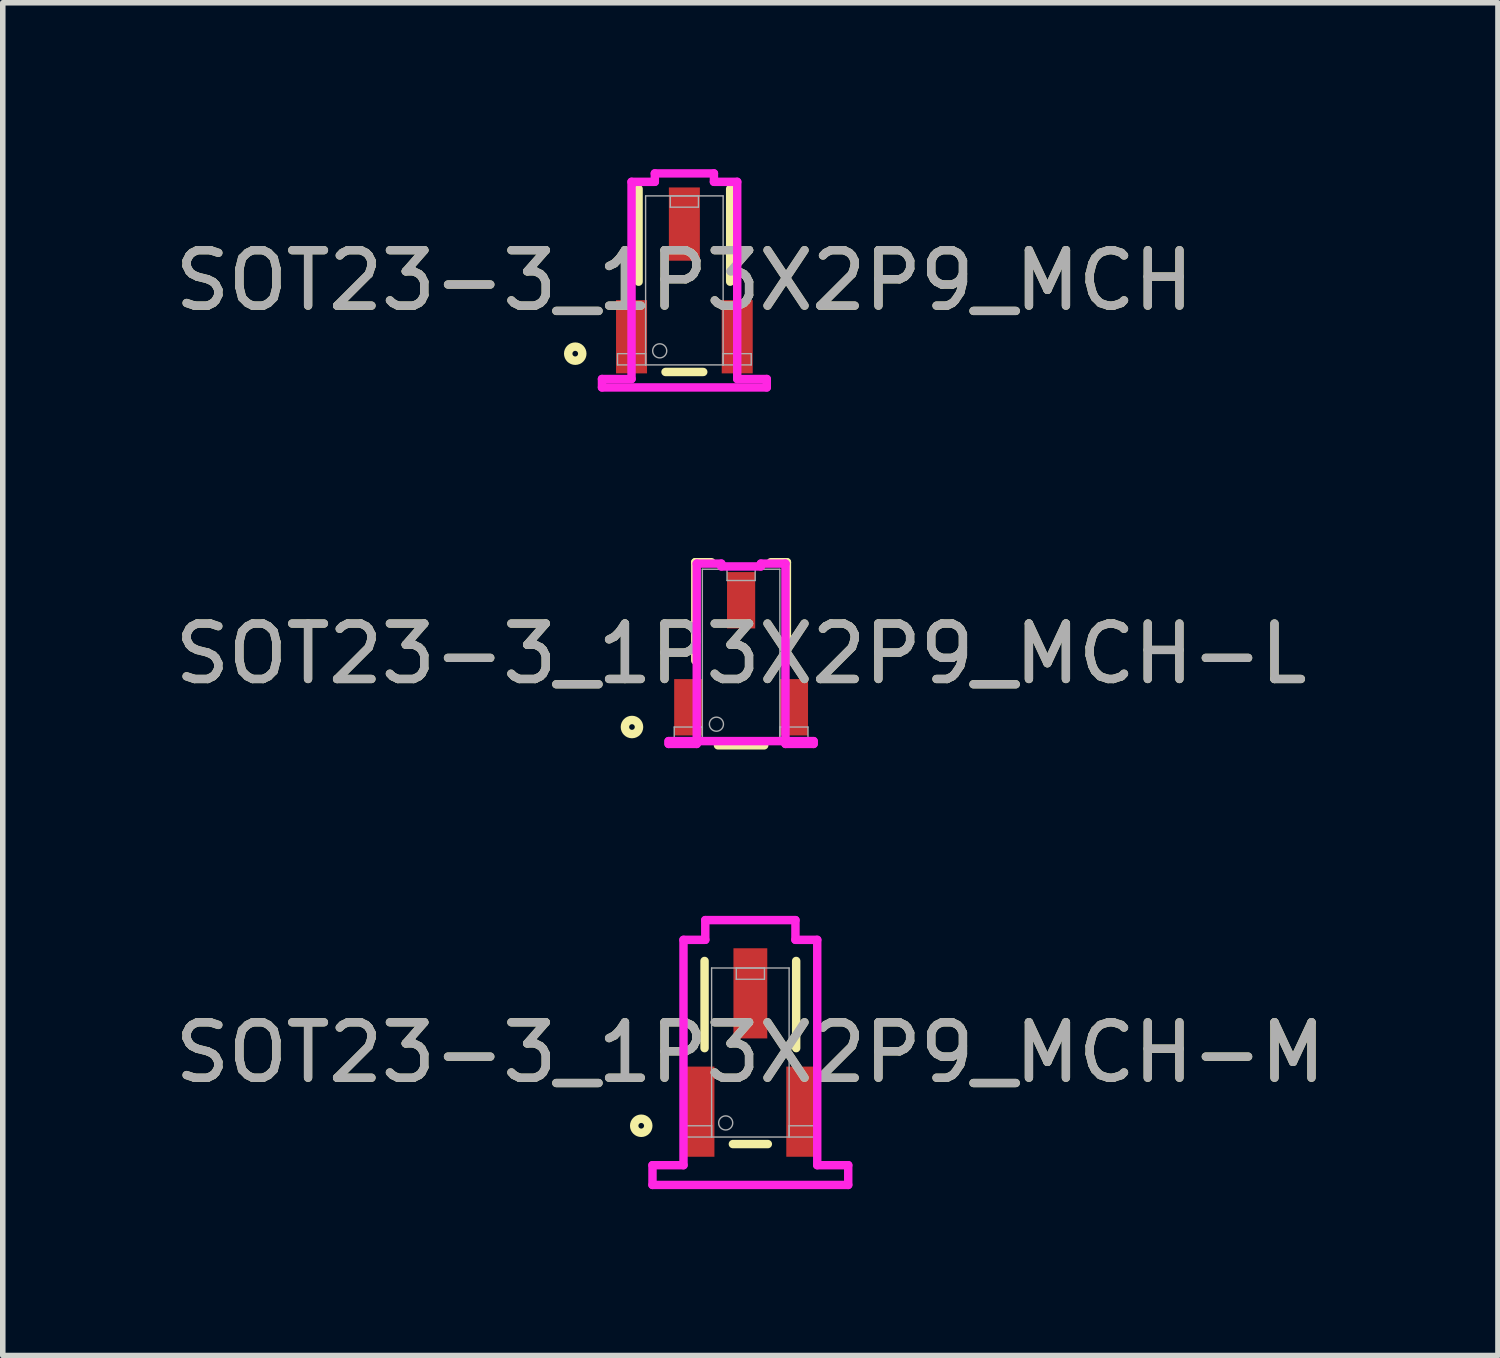
<source format=kicad_pcb>
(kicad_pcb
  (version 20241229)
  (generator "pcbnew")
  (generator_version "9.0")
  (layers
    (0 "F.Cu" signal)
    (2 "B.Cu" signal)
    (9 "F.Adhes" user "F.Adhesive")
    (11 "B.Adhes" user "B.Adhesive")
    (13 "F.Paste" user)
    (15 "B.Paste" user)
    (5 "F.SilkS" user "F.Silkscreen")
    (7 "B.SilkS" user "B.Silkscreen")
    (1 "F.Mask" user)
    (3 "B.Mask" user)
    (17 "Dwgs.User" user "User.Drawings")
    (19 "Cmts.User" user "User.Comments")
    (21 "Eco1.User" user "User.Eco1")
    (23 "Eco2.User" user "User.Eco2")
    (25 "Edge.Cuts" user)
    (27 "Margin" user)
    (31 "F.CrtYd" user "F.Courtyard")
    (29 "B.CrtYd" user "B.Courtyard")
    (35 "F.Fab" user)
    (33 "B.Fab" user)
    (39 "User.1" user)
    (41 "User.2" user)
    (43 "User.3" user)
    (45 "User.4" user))
  (footprint "SOT23-3_1P3X2P9_MCH-M"
    (layer "F.Cu")
    (at 10.482 15.931)
    (property "Reference" "SOT23-3_1P3X2P9_MCH-M" (at 0 0 0) (unlocked yes) (layer "F.SilkS") (effects (font (size 1 1) (thickness 0.15))))
    (attr smd)
    (fp_line (start -0.826 -1.651) (end -0.826 -0.079) (stroke (width 0.152) (type solid)) (layer "F.SilkS"))
    (fp_line (start -0.315 1.651) (end 0.315 1.651) (stroke (width 0.152) (type solid)) (layer "F.SilkS"))
    (fp_line (start 0.826 -0.079) (end 0.826 -1.651) (stroke (width 0.152) (type solid)) (layer "F.SilkS"))
    (fp_circle (center -1.968 1.321) (end -1.841 1.321) (stroke (width 0.152) (type solid)) (fill no) (layer "F.SilkS"))
    (fp_line (start -1.765 2.032) (end -1.765 2.388) (stroke (width 0.152) (type solid)) (layer "F.CrtYd"))
    (fp_line (start -1.765 2.388) (end 1.765 2.388) (stroke (width 0.152) (type solid)) (layer "F.CrtYd"))
    (fp_line (start -1.206 -2.032) (end -0.813 -2.032) (stroke (width 0.152) (type solid)) (layer "F.CrtYd"))
    (fp_line (start -1.206 2.032) (end -1.765 2.032) (stroke (width 0.152) (type solid)) (layer "F.CrtYd"))
    (fp_line (start -1.206 2.032) (end -1.206 -2.032) (stroke (width 0.152) (type solid)) (layer "F.CrtYd"))
    (fp_line (start -0.813 -2.388) (end 0.813 -2.388) (stroke (width 0.152) (type solid)) (layer "F.CrtYd"))
    (fp_line (start -0.813 -2.032) (end -0.813 -2.388) (stroke (width 0.152) (type solid)) (layer "F.CrtYd"))
    (fp_line (start 0.813 -2.032) (end 0.813 -2.388) (stroke (width 0.152) (type solid)) (layer "F.CrtYd"))
    (fp_line (start 1.206 -2.032) (end 0.813 -2.032) (stroke (width 0.152) (type solid)) (layer "F.CrtYd"))
    (fp_line (start 1.206 -2.032) (end 1.206 2.032) (stroke (width 0.152) (type solid)) (layer "F.CrtYd"))
    (fp_line (start 1.206 2.032) (end 1.765 2.032) (stroke (width 0.152) (type solid)) (layer "F.CrtYd"))
    (fp_line (start 1.765 2.032) (end 1.765 2.388) (stroke (width 0.152) (type solid)) (layer "F.CrtYd"))
    (fp_line (start -1.206 1.321) (end -0.699 1.321) (stroke (width 0.025) (type solid)) (layer "F.Fab"))
    (fp_line (start -1.206 1.524) (end -1.206 1.321) (stroke (width 0.025) (type solid)) (layer "F.Fab"))
    (fp_line (start -0.699 -1.524) (end -0.699 1.524) (stroke (width 0.025) (type solid)) (layer "F.Fab"))
    (fp_line (start -0.699 1.321) (end -0.699 1.524) (stroke (width 0.025) (type solid)) (layer "F.Fab"))
    (fp_line (start -0.699 1.524) (end -1.206 1.524) (stroke (width 0.025) (type solid)) (layer "F.Fab"))
    (fp_line (start -0.699 1.524) (end 0.699 1.524) (stroke (width 0.025) (type solid)) (layer "F.Fab"))
    (fp_line (start -0.254 -1.524) (end 0.254 -1.524) (stroke (width 0.025) (type solid)) (layer "F.Fab"))
    (fp_line (start -0.254 -1.321) (end -0.254 -1.524) (stroke (width 0.025) (type solid)) (layer "F.Fab"))
    (fp_line (start 0.254 -1.524) (end 0.254 -1.321) (stroke (width 0.025) (type solid)) (layer "F.Fab"))
    (fp_line (start 0.254 -1.321) (end -0.254 -1.321) (stroke (width 0.025) (type solid)) (layer "F.Fab"))
    (fp_line (start 0.699 -1.524) (end -0.699 -1.524) (stroke (width 0.025) (type solid)) (layer "F.Fab"))
    (fp_line (start 0.699 1.321) (end 1.206 1.321) (stroke (width 0.025) (type solid)) (layer "F.Fab"))
    (fp_line (start 0.699 1.524) (end 0.699 -1.524) (stroke (width 0.025) (type solid)) (layer "F.Fab"))
    (fp_line (start 0.699 1.524) (end 0.699 1.321) (stroke (width 0.025) (type solid)) (layer "F.Fab"))
    (fp_line (start 1.206 1.321) (end 1.206 1.524) (stroke (width 0.025) (type solid)) (layer "F.Fab"))
    (fp_line (start 1.206 1.524) (end 0.699 1.524) (stroke (width 0.025) (type solid)) (layer "F.Fab"))
    (fp_circle (center -0.445 1.27) (end -0.318 1.27) (stroke (width 0.025) (type solid)) (fill no) (layer "F.Fab"))
    (fp_text user "${REFERENCE}" (at 0 0 0) (unlocked yes) (layer "F.Fab") (effects (font (size 1 1) (thickness 0.15))))
    (pad "1" smd rect (at -0.953 1.067) (size 0.61 1.626) (layers "F.Cu" "F.Mask" "F.Paste"))
    (pad "2" smd rect (at 0.953 1.067) (size 0.61 1.626) (layers "F.Cu" "F.Mask" "F.Paste"))
    (pad "3" smd rect (at 0 -1.067) (size 0.61 1.626) (layers "F.Cu" "F.Mask" "F.Paste")))
  (footprint "SOT23-3_1P3X2P9_MCH-L"
    (layer "F.Cu")
    (at 10.315 8.74)
    (property "Reference" "SOT23-3_1P3X2P9_MCH-L" (at 0 0 0) (unlocked yes) (layer "F.SilkS") (effects (font (size 1 1) (thickness 0.15))))
    (attr smd)
    (fp_line (start -0.826 -1.651) (end -0.826 0.124) (stroke (width 0.152) (type solid)) (layer "F.SilkS"))
    (fp_line (start -0.535 -1.651) (end -0.826 -1.651) (stroke (width 0.152) (type solid)) (layer "F.SilkS"))
    (fp_line (start -0.417 1.651) (end 0.417 1.651) (stroke (width 0.152) (type solid)) (layer "F.SilkS"))
    (fp_line (start 0.826 -1.651) (end 0.535 -1.651) (stroke (width 0.152) (type solid)) (layer "F.SilkS"))
    (fp_line (start 0.826 0.124) (end 0.826 -1.651) (stroke (width 0.152) (type solid)) (layer "F.SilkS"))
    (fp_circle (center -1.968 1.321) (end -1.841 1.321) (stroke (width 0.152) (type solid)) (fill no) (layer "F.SilkS"))
    (fp_line (start -1.308 1.575) (end 1.308 1.575) (stroke (width 0.152) (type solid)) (layer "F.CrtYd"))
    (fp_line (start -1.308 1.626) (end -1.308 1.575) (stroke (width 0.152) (type solid)) (layer "F.CrtYd"))
    (fp_line (start -0.8 -1.626) (end -0.356 -1.626) (stroke (width 0.152) (type solid)) (layer "F.CrtYd"))
    (fp_line (start -0.8 1.626) (end -1.308 1.626) (stroke (width 0.152) (type solid)) (layer "F.CrtYd"))
    (fp_line (start -0.8 1.626) (end -0.8 -1.626) (stroke (width 0.152) (type solid)) (layer "F.CrtYd"))
    (fp_line (start -0.356 -1.626) (end -0.356 -1.575) (stroke (width 0.152) (type solid)) (layer "F.CrtYd"))
    (fp_line (start -0.356 -1.575) (end 0.356 -1.575) (stroke (width 0.152) (type solid)) (layer "F.CrtYd"))
    (fp_line (start 0.356 -1.626) (end 0.356 -1.575) (stroke (width 0.152) (type solid)) (layer "F.CrtYd"))
    (fp_line (start 0.8 -1.626) (end 0.356 -1.626) (stroke (width 0.152) (type solid)) (layer "F.CrtYd"))
    (fp_line (start 0.8 -1.626) (end 0.8 1.626) (stroke (width 0.152) (type solid)) (layer "F.CrtYd"))
    (fp_line (start 0.8 1.626) (end 1.308 1.626) (stroke (width 0.152) (type solid)) (layer "F.CrtYd"))
    (fp_line (start 1.308 1.626) (end 1.308 1.575) (stroke (width 0.152) (type solid)) (layer "F.CrtYd"))
    (fp_line (start -1.206 1.321) (end -0.699 1.321) (stroke (width 0.025) (type solid)) (layer "F.Fab"))
    (fp_line (start -1.206 1.524) (end -1.206 1.321) (stroke (width 0.025) (type solid)) (layer "F.Fab"))
    (fp_line (start -0.699 -1.524) (end -0.699 1.524) (stroke (width 0.025) (type solid)) (layer "F.Fab"))
    (fp_line (start -0.699 1.321) (end -0.699 1.524) (stroke (width 0.025) (type solid)) (layer "F.Fab"))
    (fp_line (start -0.699 1.524) (end -1.206 1.524) (stroke (width 0.025) (type solid)) (layer "F.Fab"))
    (fp_line (start -0.699 1.524) (end 0.699 1.524) (stroke (width 0.025) (type solid)) (layer "F.Fab"))
    (fp_line (start -0.254 -1.524) (end 0.254 -1.524) (stroke (width 0.025) (type solid)) (layer "F.Fab"))
    (fp_line (start -0.254 -1.321) (end -0.254 -1.524) (stroke (width 0.025) (type solid)) (layer "F.Fab"))
    (fp_line (start 0.254 -1.524) (end 0.254 -1.321) (stroke (width 0.025) (type solid)) (layer "F.Fab"))
    (fp_line (start 0.254 -1.321) (end -0.254 -1.321) (stroke (width 0.025) (type solid)) (layer "F.Fab"))
    (fp_line (start 0.699 -1.524) (end -0.699 -1.524) (stroke (width 0.025) (type solid)) (layer "F.Fab"))
    (fp_line (start 0.699 1.321) (end 1.206 1.321) (stroke (width 0.025) (type solid)) (layer "F.Fab"))
    (fp_line (start 0.699 1.524) (end 0.699 -1.524) (stroke (width 0.025) (type solid)) (layer "F.Fab"))
    (fp_line (start 0.699 1.524) (end 0.699 1.321) (stroke (width 0.025) (type solid)) (layer "F.Fab"))
    (fp_line (start 1.206 1.321) (end 1.206 1.524) (stroke (width 0.025) (type solid)) (layer "F.Fab"))
    (fp_line (start 1.206 1.524) (end 0.699 1.524) (stroke (width 0.025) (type solid)) (layer "F.Fab"))
    (fp_circle (center -0.445 1.27) (end -0.318 1.27) (stroke (width 0.025) (type solid)) (fill no) (layer "F.Fab"))
    (fp_text user "${REFERENCE}" (at 0 0 0) (unlocked yes) (layer "F.Fab") (effects (font (size 1 1) (thickness 0.15))))
    (pad "1" smd rect (at -0.953 0.965) (size 0.508 1.016) (layers "F.Cu" "F.Mask" "F.Paste"))
    (pad "2" smd rect (at 0.953 0.965) (size 0.508 1.016) (layers "F.Cu" "F.Mask" "F.Paste"))
    (pad "3" smd rect (at 0 -0.965) (size 0.508 1.016) (layers "F.Cu" "F.Mask" "F.Paste")))
  (footprint "SOT23-3_1P3X2P9_MCH"
    (layer "F.Cu")
    (at 9.292 2.007)
    (property "Reference" "SOT23-3_1P3X2P9_MCH" (at 0 0 0) (unlocked yes) (layer "F.SilkS") (effects (font (size 1 1) (thickness 0.15))))
    (attr smd)
    (fp_line (start -0.826 -1.651) (end -0.826 0.023) (stroke (width 0.152) (type solid)) (layer "F.SilkS"))
    (fp_line (start -0.34 1.651) (end 0.34 1.651) (stroke (width 0.152) (type solid)) (layer "F.SilkS"))
    (fp_line (start 0.826 0.023) (end 0.826 -1.651) (stroke (width 0.152) (type solid)) (layer "F.SilkS"))
    (fp_circle (center -1.968 1.321) (end -1.841 1.321) (stroke (width 0.152) (type solid)) (fill no) (layer "F.SilkS"))
    (fp_line (start -1.486 1.778) (end -1.486 1.93) (stroke (width 0.152) (type solid)) (layer "F.CrtYd"))
    (fp_line (start -1.486 1.93) (end 1.486 1.93) (stroke (width 0.152) (type solid)) (layer "F.CrtYd"))
    (fp_line (start -0.953 -1.778) (end -0.533 -1.778) (stroke (width 0.152) (type solid)) (layer "F.CrtYd"))
    (fp_line (start -0.953 1.778) (end -1.486 1.778) (stroke (width 0.152) (type solid)) (layer "F.CrtYd"))
    (fp_line (start -0.953 1.778) (end -0.953 -1.778) (stroke (width 0.152) (type solid)) (layer "F.CrtYd"))
    (fp_line (start -0.533 -1.93) (end 0.533 -1.93) (stroke (width 0.152) (type solid)) (layer "F.CrtYd"))
    (fp_line (start -0.533 -1.778) (end -0.533 -1.93) (stroke (width 0.152) (type solid)) (layer "F.CrtYd"))
    (fp_line (start 0.533 -1.778) (end 0.533 -1.93) (stroke (width 0.152) (type solid)) (layer "F.CrtYd"))
    (fp_line (start 0.953 -1.778) (end 0.533 -1.778) (stroke (width 0.152) (type solid)) (layer "F.CrtYd"))
    (fp_line (start 0.953 -1.778) (end 0.953 1.778) (stroke (width 0.152) (type solid)) (layer "F.CrtYd"))
    (fp_line (start 0.953 1.778) (end 1.486 1.778) (stroke (width 0.152) (type solid)) (layer "F.CrtYd"))
    (fp_line (start 1.486 1.778) (end 1.486 1.93) (stroke (width 0.152) (type solid)) (layer "F.CrtYd"))
    (fp_line (start -1.206 1.321) (end -0.699 1.321) (stroke (width 0.025) (type solid)) (layer "F.Fab"))
    (fp_line (start -1.206 1.524) (end -1.206 1.321) (stroke (width 0.025) (type solid)) (layer "F.Fab"))
    (fp_line (start -0.699 -1.524) (end -0.699 1.524) (stroke (width 0.025) (type solid)) (layer "F.Fab"))
    (fp_line (start -0.699 1.321) (end -0.699 1.524) (stroke (width 0.025) (type solid)) (layer "F.Fab"))
    (fp_line (start -0.699 1.524) (end -1.206 1.524) (stroke (width 0.025) (type solid)) (layer "F.Fab"))
    (fp_line (start -0.699 1.524) (end 0.699 1.524) (stroke (width 0.025) (type solid)) (layer "F.Fab"))
    (fp_line (start -0.254 -1.524) (end 0.254 -1.524) (stroke (width 0.025) (type solid)) (layer "F.Fab"))
    (fp_line (start -0.254 -1.321) (end -0.254 -1.524) (stroke (width 0.025) (type solid)) (layer "F.Fab"))
    (fp_line (start 0.254 -1.524) (end 0.254 -1.321) (stroke (width 0.025) (type solid)) (layer "F.Fab"))
    (fp_line (start 0.254 -1.321) (end -0.254 -1.321) (stroke (width 0.025) (type solid)) (layer "F.Fab"))
    (fp_line (start 0.699 -1.524) (end -0.699 -1.524) (stroke (width 0.025) (type solid)) (layer "F.Fab"))
    (fp_line (start 0.699 1.321) (end 1.206 1.321) (stroke (width 0.025) (type solid)) (layer "F.Fab"))
    (fp_line (start 0.699 1.524) (end 0.699 -1.524) (stroke (width 0.025) (type solid)) (layer "F.Fab"))
    (fp_line (start 0.699 1.524) (end 0.699 1.321) (stroke (width 0.025) (type solid)) (layer "F.Fab"))
    (fp_line (start 1.206 1.321) (end 1.206 1.524) (stroke (width 0.025) (type solid)) (layer "F.Fab"))
    (fp_line (start 1.206 1.524) (end 0.699 1.524) (stroke (width 0.025) (type solid)) (layer "F.Fab"))
    (fp_circle (center -0.445 1.27) (end -0.318 1.27) (stroke (width 0.025) (type solid)) (fill no) (layer "F.Fab"))
    (fp_text user "${REFERENCE}" (at 0 0 0) (unlocked yes) (layer "F.Fab") (effects (font (size 1 1) (thickness 0.15))))
    (pad "1" smd rect (at -0.953 1.016) (size 0.559 1.321) (layers "F.Cu" "F.Mask" "F.Paste"))
    (pad "2" smd rect (at 0.953 1.016) (size 0.559 1.321) (layers "F.Cu" "F.Mask" "F.Paste"))
    (pad "3" smd rect (at 0 -1.016) (size 0.559 1.321) (layers "F.Cu" "F.Mask" "F.Paste")))
  (gr_rect
    (start -3 -3)
    (end 23.964 21.395)
    (stroke (width 0.1) (type default))
    (fill no)
    (layer "Edge.Cuts")))
</source>
